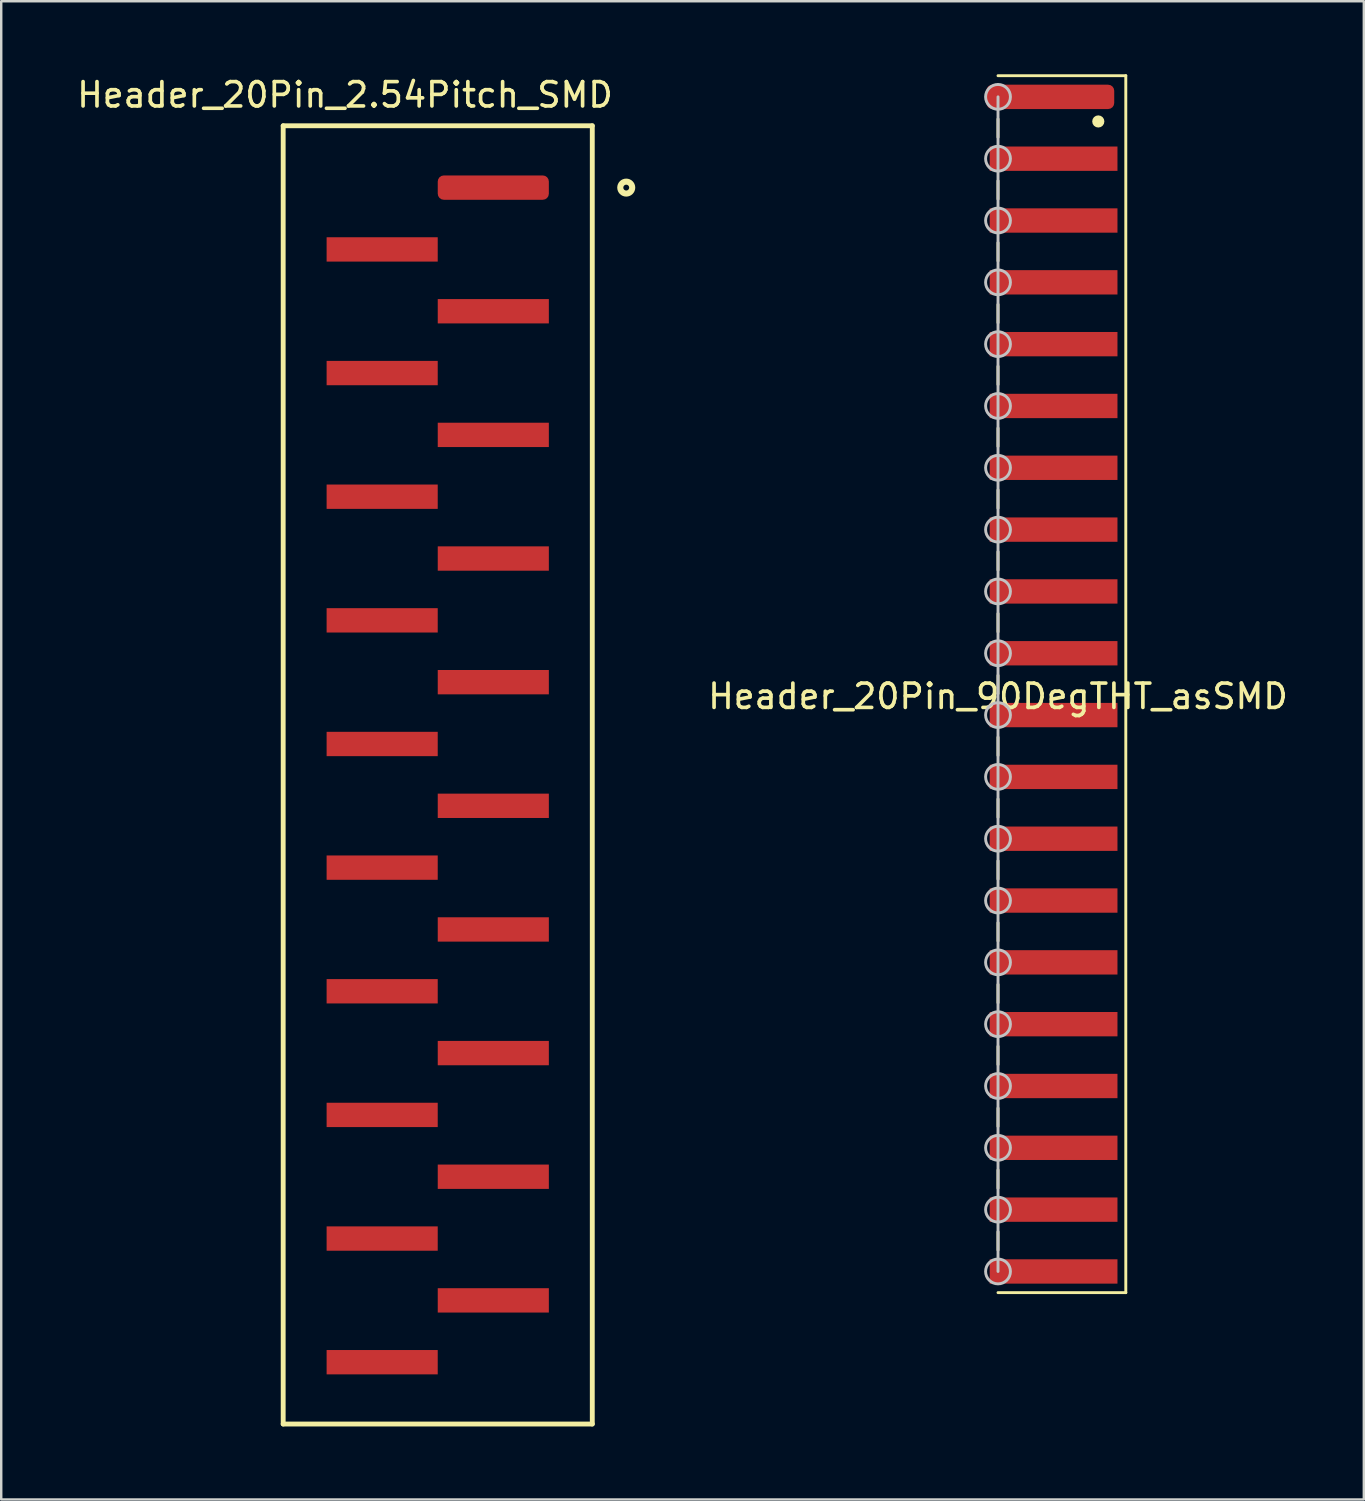
<source format=kicad_pcb>
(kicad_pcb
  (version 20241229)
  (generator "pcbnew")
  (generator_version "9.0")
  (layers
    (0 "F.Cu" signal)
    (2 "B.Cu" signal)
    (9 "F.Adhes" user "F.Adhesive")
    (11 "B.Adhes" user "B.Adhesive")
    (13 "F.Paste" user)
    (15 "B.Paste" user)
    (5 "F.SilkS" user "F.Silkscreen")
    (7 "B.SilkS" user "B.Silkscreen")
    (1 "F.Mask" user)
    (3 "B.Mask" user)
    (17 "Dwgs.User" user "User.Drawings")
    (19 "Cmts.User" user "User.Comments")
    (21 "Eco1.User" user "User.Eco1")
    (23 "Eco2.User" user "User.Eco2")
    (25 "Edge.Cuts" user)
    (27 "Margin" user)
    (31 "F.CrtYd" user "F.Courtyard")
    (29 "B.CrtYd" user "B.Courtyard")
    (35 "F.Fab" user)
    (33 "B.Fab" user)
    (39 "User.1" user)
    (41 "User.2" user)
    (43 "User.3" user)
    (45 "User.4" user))
  (footprint "Header_20Pin_90DegTHT_asSMD"
    (layer "F.Cu")
    (at 37.955 25.06)
    (property "Reference" "Header_20Pin_90DegTHT_asSMD" (at 0 0.5 0) (layer "F.SilkS") (effects (font (size 1 1) (thickness 0.15))))
    (attr smd)
    (fp_line (start 0 -25) (end 5.25 -25) (stroke (width 0.12) (type solid)) (layer "F.SilkS"))
    (fp_line (start 0 -22.47) (end 0 -23.22) (stroke (width 0.12) (type solid)) (layer "F.SilkS"))
    (fp_line (start 0 -19.93) (end 0 -20.68) (stroke (width 0.12) (type solid)) (layer "F.SilkS"))
    (fp_line (start 0 -17.39) (end 0 -18.14) (stroke (width 0.12) (type solid)) (layer "F.SilkS"))
    (fp_line (start 0 -14.85) (end 0 -15.6) (stroke (width 0.12) (type solid)) (layer "F.SilkS"))
    (fp_line (start 0 -12.31) (end 0 -13.06) (stroke (width 0.12) (type solid)) (layer "F.SilkS"))
    (fp_line (start 0 -9.77) (end 0 -10.52) (stroke (width 0.12) (type solid)) (layer "F.SilkS"))
    (fp_line (start 0 -7.23) (end 0 -7.98) (stroke (width 0.12) (type solid)) (layer "F.SilkS"))
    (fp_line (start 0 -4.69) (end 0 -5.44) (stroke (width 0.12) (type solid)) (layer "F.SilkS"))
    (fp_line (start 0 -2.15) (end 0 -2.9) (stroke (width 0.12) (type solid)) (layer "F.SilkS"))
    (fp_line (start 0 0.39) (end 0 -0.36) (stroke (width 0.12) (type solid)) (layer "F.SilkS"))
    (fp_line (start 0 2.93) (end 0 2.18) (stroke (width 0.12) (type solid)) (layer "F.SilkS"))
    (fp_line (start 0 5.47) (end 0 4.72) (stroke (width 0.12) (type solid)) (layer "F.SilkS"))
    (fp_line (start 0 8.01) (end 0 7.26) (stroke (width 0.12) (type solid)) (layer "F.SilkS"))
    (fp_line (start 0 10.55) (end 0 9.8) (stroke (width 0.12) (type solid)) (layer "F.SilkS"))
    (fp_line (start 0 13.09) (end 0 12.34) (stroke (width 0.12) (type solid)) (layer "F.SilkS"))
    (fp_line (start 0 15.63) (end 0 14.88) (stroke (width 0.12) (type solid)) (layer "F.SilkS"))
    (fp_line (start 0 18.17) (end 0 17.42) (stroke (width 0.12) (type solid)) (layer "F.SilkS"))
    (fp_line (start 0 20.71) (end 0 19.96) (stroke (width 0.12) (type solid)) (layer "F.SilkS"))
    (fp_line (start 0 23.25) (end 0 22.5) (stroke (width 0.12) (type solid)) (layer "F.SilkS"))
    (fp_line (start 0 25) (end 5.25 25) (stroke (width 0.12) (type solid)) (layer "F.SilkS"))
    (fp_line (start 5.25 25) (end 5.25 -25) (stroke (width 0.12) (type solid)) (layer "F.SilkS"))
    (fp_circle (center 4.12 -23.12) (end 4.245 -23.12) (stroke (width 0.25) (type solid)) (fill no) (layer "F.SilkS"))
    (fp_line (start 0 -24.13) (end 0 24.13) (stroke (width 0.12) (type solid)) (layer "Dwgs.User"))
    (fp_circle (center 0 -24.13) (end 0.51 -24.13) (stroke (width 0.12) (type solid)) (fill no) (layer "Dwgs.User"))
    (fp_circle (center 0 -21.59) (end 0.51 -21.59) (stroke (width 0.12) (type solid)) (fill no) (layer "Dwgs.User"))
    (fp_circle (center 0 -19.05) (end 0.51 -19.05) (stroke (width 0.12) (type solid)) (fill no) (layer "Dwgs.User"))
    (fp_circle (center 0 -16.51) (end 0.51 -16.51) (stroke (width 0.12) (type solid)) (fill no) (layer "Dwgs.User"))
    (fp_circle (center 0 -13.97) (end 0.51 -13.97) (stroke (width 0.12) (type solid)) (fill no) (layer "Dwgs.User"))
    (fp_circle (center 0 -11.43) (end 0.51 -11.43) (stroke (width 0.12) (type solid)) (fill no) (layer "Dwgs.User"))
    (fp_circle (center 0 -8.89) (end 0.51 -8.89) (stroke (width 0.12) (type solid)) (fill no) (layer "Dwgs.User"))
    (fp_circle (center 0 -6.35) (end 0.51 -6.35) (stroke (width 0.12) (type solid)) (fill no) (layer "Dwgs.User"))
    (fp_circle (center 0 -3.81) (end 0.51 -3.81) (stroke (width 0.12) (type solid)) (fill no) (layer "Dwgs.User"))
    (fp_circle (center 0 -1.27) (end 0.51 -1.27) (stroke (width 0.12) (type solid)) (fill no) (layer "Dwgs.User"))
    (fp_circle (center 0 1.27) (end 0.51 1.27) (stroke (width 0.12) (type solid)) (fill no) (layer "Dwgs.User"))
    (fp_circle (center 0 3.81) (end 0.51 3.81) (stroke (width 0.12) (type solid)) (fill no) (layer "Dwgs.User"))
    (fp_circle (center 0 6.35) (end 0.51 6.35) (stroke (width 0.12) (type solid)) (fill no) (layer "Dwgs.User"))
    (fp_circle (center 0 8.89) (end 0.51 8.89) (stroke (width 0.12) (type solid)) (fill no) (layer "Dwgs.User"))
    (fp_circle (center 0 11.43) (end 0.51 11.43) (stroke (width 0.12) (type solid)) (fill no) (layer "Dwgs.User"))
    (fp_circle (center 0 13.97) (end 0.51 13.97) (stroke (width 0.12) (type solid)) (fill no) (layer "Dwgs.User"))
    (fp_circle (center 0 16.51) (end 0.51 16.51) (stroke (width 0.12) (type solid)) (fill no) (layer "Dwgs.User"))
    (fp_circle (center 0 19.05) (end 0.51 19.05) (stroke (width 0.12) (type solid)) (fill no) (layer "Dwgs.User"))
    (fp_circle (center 0 21.59) (end 0.51 21.59) (stroke (width 0.12) (type solid)) (fill no) (layer "Dwgs.User"))
    (fp_circle (center 0 24.13) (end 0.51 24.13) (stroke (width 0.12) (type solid)) (fill no) (layer "Dwgs.User"))
    (pad "1" smd roundrect (at 2.15 -24.13) (size 5.25 1) (layers "F.Cu" "F.Mask" "F.Paste") (roundrect_rratio 0.25))
    (pad "2" smd rect (at 2.283 -21.59) (size 5.25 1) (layers "F.Cu" "F.Mask" "F.Paste"))
    (pad "3" smd rect (at 2.283 -19.05) (size 5.25 1) (layers "F.Cu" "F.Mask" "F.Paste"))
    (pad "4" smd rect (at 2.283 -16.51) (size 5.25 1) (layers "F.Cu" "F.Mask" "F.Paste"))
    (pad "5" smd rect (at 2.283 -13.97) (size 5.25 1) (layers "F.Cu" "F.Mask" "F.Paste"))
    (pad "6" smd rect (at 2.283 -11.43) (size 5.25 1) (layers "F.Cu" "F.Mask" "F.Paste"))
    (pad "7" smd rect (at 2.283 -8.89) (size 5.25 1) (layers "F.Cu" "F.Mask" "F.Paste"))
    (pad "8" smd rect (at 2.283 -6.35) (size 5.25 1) (layers "F.Cu" "F.Mask" "F.Paste"))
    (pad "9" smd rect (at 2.283 -3.81) (size 5.25 1) (layers "F.Cu" "F.Mask" "F.Paste"))
    (pad "10" smd rect (at 2.283 -1.27) (size 5.25 1) (layers "F.Cu" "F.Mask" "F.Paste"))
    (pad "11" smd rect (at 2.283 1.27) (size 5.25 1) (layers "F.Cu" "F.Mask" "F.Paste"))
    (pad "12" smd rect (at 2.283 3.81) (size 5.25 1) (layers "F.Cu" "F.Mask" "F.Paste"))
    (pad "13" smd rect (at 2.283 6.35) (size 5.25 1) (layers "F.Cu" "F.Mask" "F.Paste"))
    (pad "14" smd rect (at 2.283 8.89) (size 5.25 1) (layers "F.Cu" "F.Mask" "F.Paste"))
    (pad "15" smd rect (at 2.283 11.43) (size 5.25 1) (layers "F.Cu" "F.Mask" "F.Paste"))
    (pad "16" smd rect (at 2.283 13.97) (size 5.25 1) (layers "F.Cu" "F.Mask" "F.Paste"))
    (pad "17" smd rect (at 2.283 16.51) (size 5.25 1) (layers "F.Cu" "F.Mask" "F.Paste"))
    (pad "18" smd rect (at 2.283 19.05) (size 5.25 1) (layers "F.Cu" "F.Mask" "F.Paste"))
    (pad "19" smd rect (at 2.283 21.59) (size 5.25 1) (layers "F.Cu" "F.Mask" "F.Paste"))
    (pad "20" smd rect (at 2.283 24.13) (size 5.25 1) (layers "F.Cu" "F.Mask" "F.Paste")))
  (footprint "Header_20Pin_2.54Pitch_SMD"
    (layer "F.Cu")
    (at 14.935 28.788)
    (property "Reference" "Header_20Pin_2.54Pitch_SMD" (at -3.81 -27.94 0) (layer "F.SilkS") (effects (font (size 1 1) (thickness 0.15))))
    (attr through_hole)
    (fp_line (start -6.35 -26.67) (end 6.35 -26.67) (stroke (width 0.2) (type solid)) (layer "F.SilkS"))
    (fp_line (start -6.35 26.67) (end -6.35 -26.67) (stroke (width 0.2) (type solid)) (layer "F.SilkS"))
    (fp_line (start 6.35 -26.67) (end 6.35 26.67) (stroke (width 0.2) (type solid)) (layer "F.SilkS"))
    (fp_line (start 6.35 26.67) (end -6.35 26.67) (stroke (width 0.2) (type solid)) (layer "F.SilkS"))
    (fp_circle (center 7.745 -24.13) (end 7.865 -24.13) (stroke (width 0.25) (type solid)) (fill no) (layer "F.SilkS"))
    (pad "1" smd roundrect (at 2.283 -24.13 90) (size 1 4.565) (layers "F.Cu" "F.Mask" "F.Paste") (roundrect_rratio 0.25))
    (pad "2" smd rect (at -2.283 -21.59 90) (size 1 4.565) (layers "F.Cu" "F.Mask" "F.Paste"))
    (pad "3" smd rect (at 2.283 -19.05 90) (size 1 4.565) (layers "F.Cu" "F.Mask" "F.Paste"))
    (pad "4" smd rect (at -2.283 -16.51 90) (size 1 4.565) (layers "F.Cu" "F.Mask" "F.Paste"))
    (pad "5" smd rect (at 2.283 -13.97 90) (size 1 4.565) (layers "F.Cu" "F.Mask" "F.Paste"))
    (pad "6" smd rect (at -2.283 -11.43 90) (size 1 4.565) (layers "F.Cu" "F.Mask" "F.Paste"))
    (pad "7" smd rect (at 2.283 -8.89 90) (size 1 4.565) (layers "F.Cu" "F.Mask" "F.Paste"))
    (pad "8" smd rect (at -2.283 -6.35 90) (size 1 4.565) (layers "F.Cu" "F.Mask" "F.Paste"))
    (pad "9" smd rect (at 2.283 -3.81 90) (size 1 4.565) (layers "F.Cu" "F.Mask" "F.Paste"))
    (pad "10" smd rect (at -2.283 -1.27 90) (size 1 4.565) (layers "F.Cu" "F.Mask" "F.Paste"))
    (pad "11" smd rect (at 2.283 1.27 90) (size 1 4.565) (layers "F.Cu" "F.Mask" "F.Paste"))
    (pad "12" smd rect (at -2.283 3.81 90) (size 1 4.565) (layers "F.Cu" "F.Mask" "F.Paste"))
    (pad "13" smd rect (at 2.283 6.35 90) (size 1 4.565) (layers "F.Cu" "F.Mask" "F.Paste"))
    (pad "14" smd rect (at -2.283 8.89 90) (size 1 4.565) (layers "F.Cu" "F.Mask" "F.Paste"))
    (pad "15" smd rect (at 2.283 11.43 90) (size 1 4.565) (layers "F.Cu" "F.Mask" "F.Paste"))
    (pad "16" smd rect (at -2.283 13.97 90) (size 1 4.565) (layers "F.Cu" "F.Mask" "F.Paste"))
    (pad "17" smd rect (at 2.283 16.51 90) (size 1 4.565) (layers "F.Cu" "F.Mask" "F.Paste"))
    (pad "18" smd rect (at -2.283 19.05 90) (size 1 4.565) (layers "F.Cu" "F.Mask" "F.Paste"))
    (pad "19" smd rect (at 2.283 21.59 90) (size 1 4.565) (layers "F.Cu" "F.Mask" "F.Paste"))
    (pad "20" smd rect (at -2.283 24.13 90) (size 1 4.565) (layers "F.Cu" "F.Mask" "F.Paste")))
  (gr_rect
    (start -3 -3)
    (end 52.985 58.558)
    (stroke (width 0.1) (type default))
    (fill no)
    (layer "Edge.Cuts")))
</source>
